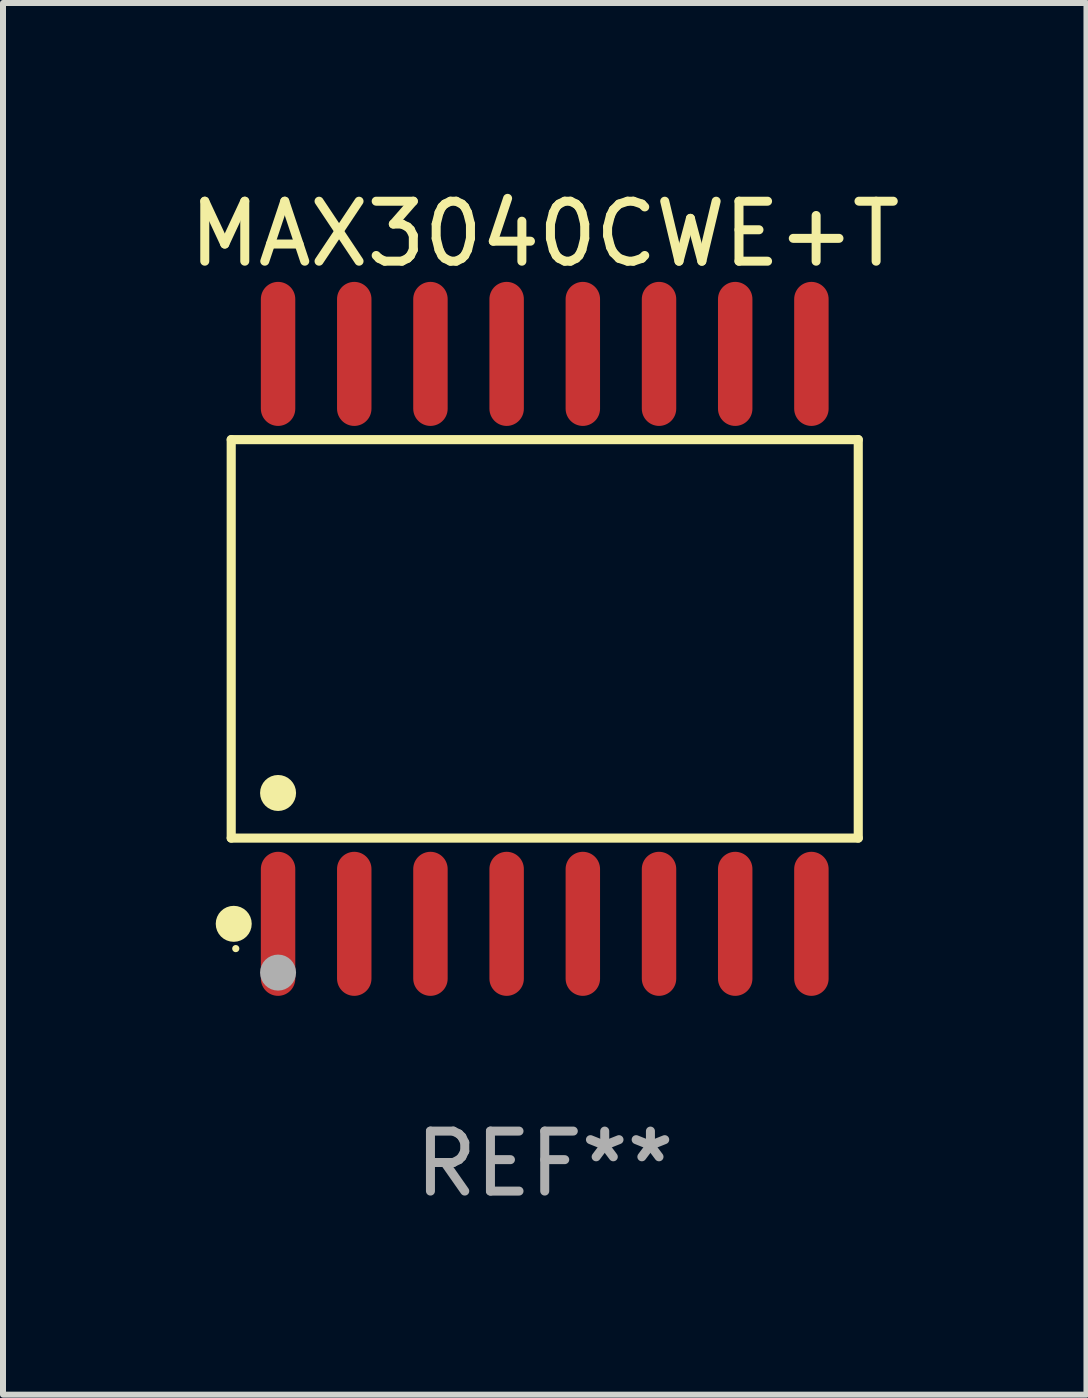
<source format=kicad_pcb>
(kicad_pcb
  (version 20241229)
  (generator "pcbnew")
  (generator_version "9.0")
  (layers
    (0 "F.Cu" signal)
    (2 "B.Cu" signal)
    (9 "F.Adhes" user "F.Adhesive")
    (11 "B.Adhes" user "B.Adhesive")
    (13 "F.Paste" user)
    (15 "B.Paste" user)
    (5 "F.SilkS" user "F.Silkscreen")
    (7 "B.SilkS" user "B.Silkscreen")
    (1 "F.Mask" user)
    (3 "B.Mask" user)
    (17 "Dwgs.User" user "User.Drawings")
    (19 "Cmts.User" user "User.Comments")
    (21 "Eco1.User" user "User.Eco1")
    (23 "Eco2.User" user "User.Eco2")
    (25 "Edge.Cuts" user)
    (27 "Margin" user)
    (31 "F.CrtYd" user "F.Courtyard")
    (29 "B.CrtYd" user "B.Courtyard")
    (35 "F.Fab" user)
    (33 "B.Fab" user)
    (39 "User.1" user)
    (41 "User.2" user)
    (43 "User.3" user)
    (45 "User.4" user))
  (footprint "MAX3040CWE+T"
    (layer "F.Cu")
    (at 6.03 7.599)
    (property "Reference" "MAX3040CWE+T" (at 0 -6.75 0) (layer "F.SilkS") (effects (font (size 1 1) (thickness 0.15))))
    (attr through_hole)
    (fp_line (start -5.226 -3.321) (end 5.226 -3.321) (stroke (width 0.152) (type solid)) (layer "F.SilkS"))
    (fp_line (start -5.226 3.321) (end -5.226 -3.321) (stroke (width 0.152) (type solid)) (layer "F.SilkS"))
    (fp_line (start 5.226 -3.321) (end 5.226 3.321) (stroke (width 0.152) (type solid)) (layer "F.SilkS"))
    (fp_line (start 5.226 3.321) (end -5.226 3.321) (stroke (width 0.152) (type solid)) (layer "F.SilkS"))
    (fp_circle (center -5.184 4.75) (end -5.034 4.75) (stroke (width 0.3) (type solid)) (fill no) (layer "F.SilkS"))
    (fp_circle (center -5.15 5.163) (end -5.12 5.163) (stroke (width 0.06) (type solid)) (fill no) (layer "F.SilkS"))
    (fp_circle (center -4.445 2.569) (end -4.295 2.569) (stroke (width 0.3) (type solid)) (fill no) (layer "F.SilkS"))
    (fp_circle (center -4.445 5.563) (end -4.295 5.563) (stroke (width 0.3) (type solid)) (fill no) (layer "F.Fab"))
    (fp_text user "REF**" (at 0 8.75 0) (layer "F.Fab") (effects (font (size 1 1) (thickness 0.15))))
    (pad "1" smd oval (at -4.445 4.75) (size 0.574 2.401) (layers "F.Cu" "F.Mask" "F.Paste"))
    (pad "2" smd oval (at -3.175 4.75) (size 0.574 2.401) (layers "F.Cu" "F.Mask" "F.Paste"))
    (pad "3" smd oval (at -1.905 4.75) (size 0.574 2.401) (layers "F.Cu" "F.Mask" "F.Paste"))
    (pad "4" smd oval (at -0.635 4.75) (size 0.574 2.401) (layers "F.Cu" "F.Mask" "F.Paste"))
    (pad "5" smd oval (at 0.635 4.75) (size 0.574 2.401) (layers "F.Cu" "F.Mask" "F.Paste"))
    (pad "6" smd oval (at 1.905 4.75) (size 0.574 2.401) (layers "F.Cu" "F.Mask" "F.Paste"))
    (pad "7" smd oval (at 3.175 4.75) (size 0.574 2.401) (layers "F.Cu" "F.Mask" "F.Paste"))
    (pad "8" smd oval (at 4.445 4.75) (size 0.574 2.401) (layers "F.Cu" "F.Mask" "F.Paste"))
    (pad "9" smd oval (at 4.445 -4.75) (size 0.574 2.401) (layers "F.Cu" "F.Mask" "F.Paste"))
    (pad "10" smd oval (at 3.175 -4.75) (size 0.574 2.401) (layers "F.Cu" "F.Mask" "F.Paste"))
    (pad "11" smd oval (at 1.905 -4.75) (size 0.574 2.401) (layers "F.Cu" "F.Mask" "F.Paste"))
    (pad "12" smd oval (at 0.635 -4.75) (size 0.574 2.401) (layers "F.Cu" "F.Mask" "F.Paste"))
    (pad "13" smd oval (at -0.635 -4.75) (size 0.574 2.401) (layers "F.Cu" "F.Mask" "F.Paste"))
    (pad "14" smd oval (at -1.905 -4.75) (size 0.574 2.401) (layers "F.Cu" "F.Mask" "F.Paste"))
    (pad "15" smd oval (at -3.175 -4.75) (size 0.574 2.401) (layers "F.Cu" "F.Mask" "F.Paste"))
    (pad "16" smd oval (at -4.445 -4.75) (size 0.574 2.401) (layers "F.Cu" "F.Mask" "F.Paste")))
  (gr_rect
    (start -3 -3)
    (end 15.06 20.197)
    (stroke (width 0.1) (type default))
    (fill no)
    (layer "Edge.Cuts")))
</source>
